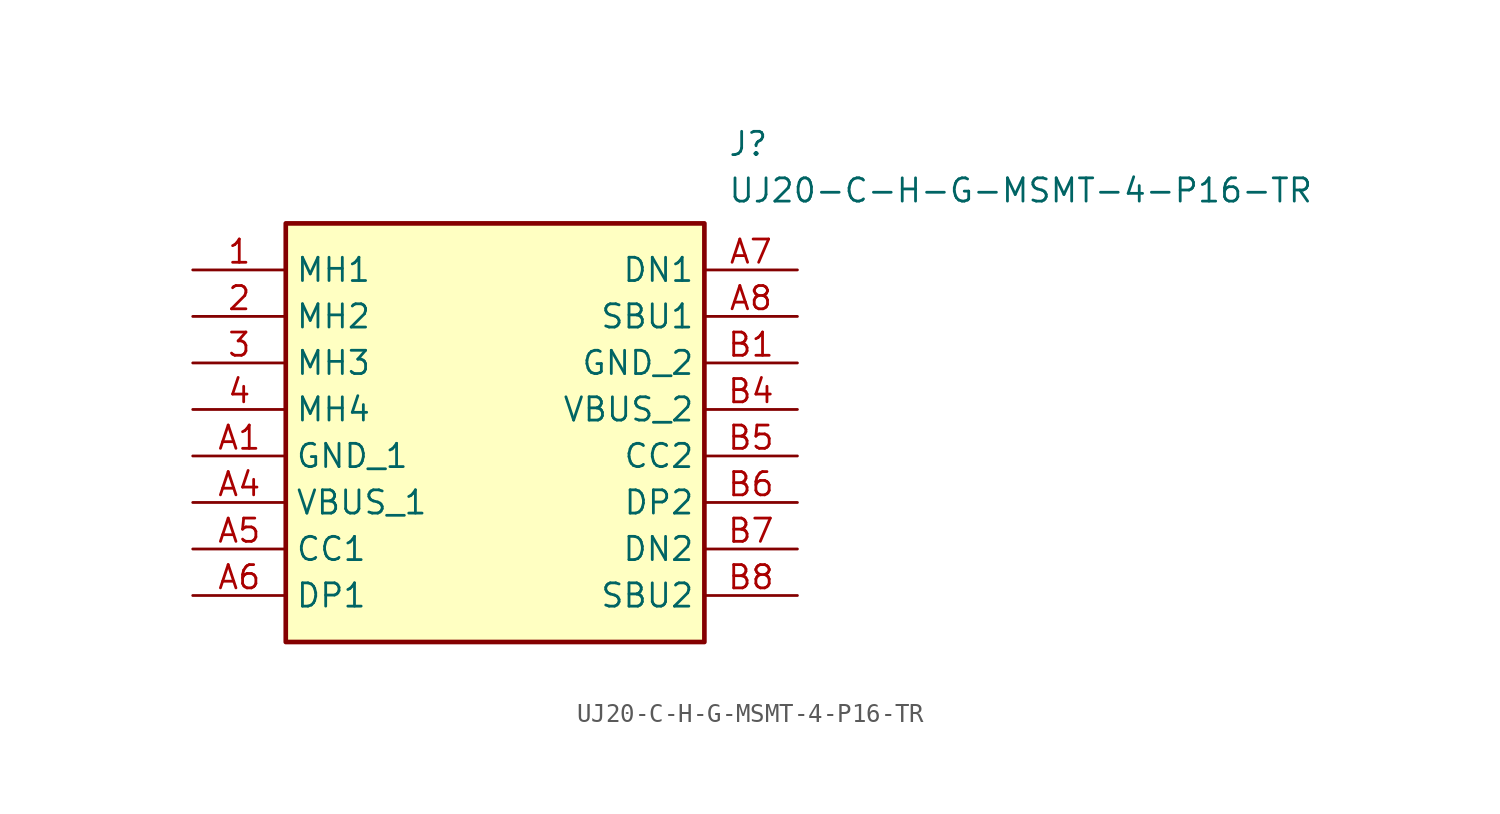
<source format=kicad_sym>
(kicad_symbol_lib
  (version 20211014)
  (generator SamacSys_ECAD_Model)
  (symbol "UJ20-C-H-G-MSMT-4-P16-TR"
    (property "Reference" "J"
      (at 29.21 7.62 0)
      (effects (font (size 1.27 1.27)) (justify left top)))
    (property "Value" "UJ20-C-H-G-MSMT-4-P16-TR"
      (at 29.21 5.08 0)
      (effects (font (size 1.27 1.27)) (justify left top)))
    (rectangle
      (start 5.08 2.54)
      (end 27.94 -20.32)
      (stroke (width 0.254) (type default))
      (fill (type background)))
    (pin passive line
      (at 0 0 0)
      (length 5.08)
      (name "MH1" (effects (font (size 1.27 1.27))))
      (number "1" (effects (font (size 1.27 1.27)))))
    (pin passive line
      (at 0 -2.54 0)
      (length 5.08)
      (name "MH2" (effects (font (size 1.27 1.27))))
      (number "2" (effects (font (size 1.27 1.27)))))
    (pin passive line
      (at 0 -5.08 0)
      (length 5.08)
      (name "MH3" (effects (font (size 1.27 1.27))))
      (number "3" (effects (font (size 1.27 1.27)))))
    (pin passive line
      (at 0 -7.62 0)
      (length 5.08)
      (name "MH4" (effects (font (size 1.27 1.27))))
      (number "4" (effects (font (size 1.27 1.27)))))
    (pin passive line
      (at 0 -10.16 0)
      (length 5.08)
      (name "GND_1" (effects (font (size 1.27 1.27))))
      (number "A1" (effects (font (size 1.27 1.27)))))
    (pin passive line
      (at 0 -12.7 0)
      (length 5.08)
      (name "VBUS_1" (effects (font (size 1.27 1.27))))
      (number "A4" (effects (font (size 1.27 1.27)))))
    (pin passive line
      (at 0 -15.24 0)
      (length 5.08)
      (name "CC1" (effects (font (size 1.27 1.27))))
      (number "A5" (effects (font (size 1.27 1.27)))))
    (pin passive line
      (at 0 -17.78 0)
      (length 5.08)
      (name "DP1" (effects (font (size 1.27 1.27))))
      (number "A6" (effects (font (size 1.27 1.27)))))
    (pin passive line
      (at 33.02 0 180)
      (length 5.08)
      (name "DN1" (effects (font (size 1.27 1.27))))
      (number "A7" (effects (font (size 1.27 1.27)))))
    (pin passive line
      (at 33.02 -2.54 180)
      (length 5.08)
      (name "SBU1" (effects (font (size 1.27 1.27))))
      (number "A8" (effects (font (size 1.27 1.27)))))
    (pin passive line
      (at 33.02 -5.08 180)
      (length 5.08)
      (name "GND_2" (effects (font (size 1.27 1.27))))
      (number "B1" (effects (font (size 1.27 1.27)))))
    (pin passive line
      (at 33.02 -7.62 180)
      (length 5.08)
      (name "VBUS_2" (effects (font (size 1.27 1.27))))
      (number "B4" (effects (font (size 1.27 1.27)))))
    (pin passive line
      (at 33.02 -10.16 180)
      (length 5.08)
      (name "CC2" (effects (font (size 1.27 1.27))))
      (number "B5" (effects (font (size 1.27 1.27)))))
    (pin passive line
      (at 33.02 -12.7 180)
      (length 5.08)
      (name "DP2" (effects (font (size 1.27 1.27))))
      (number "B6" (effects (font (size 1.27 1.27)))))
    (pin passive line
      (at 33.02 -15.24 180)
      (length 5.08)
      (name "DN2" (effects (font (size 1.27 1.27))))
      (number "B7" (effects (font (size 1.27 1.27)))))
    (pin passive line
      (at 33.02 -17.78 180)
      (length 5.08)
      (name "SBU2" (effects (font (size 1.27 1.27))))
      (number "B8" (effects (font (size 1.27 1.27)))))))
</source>
